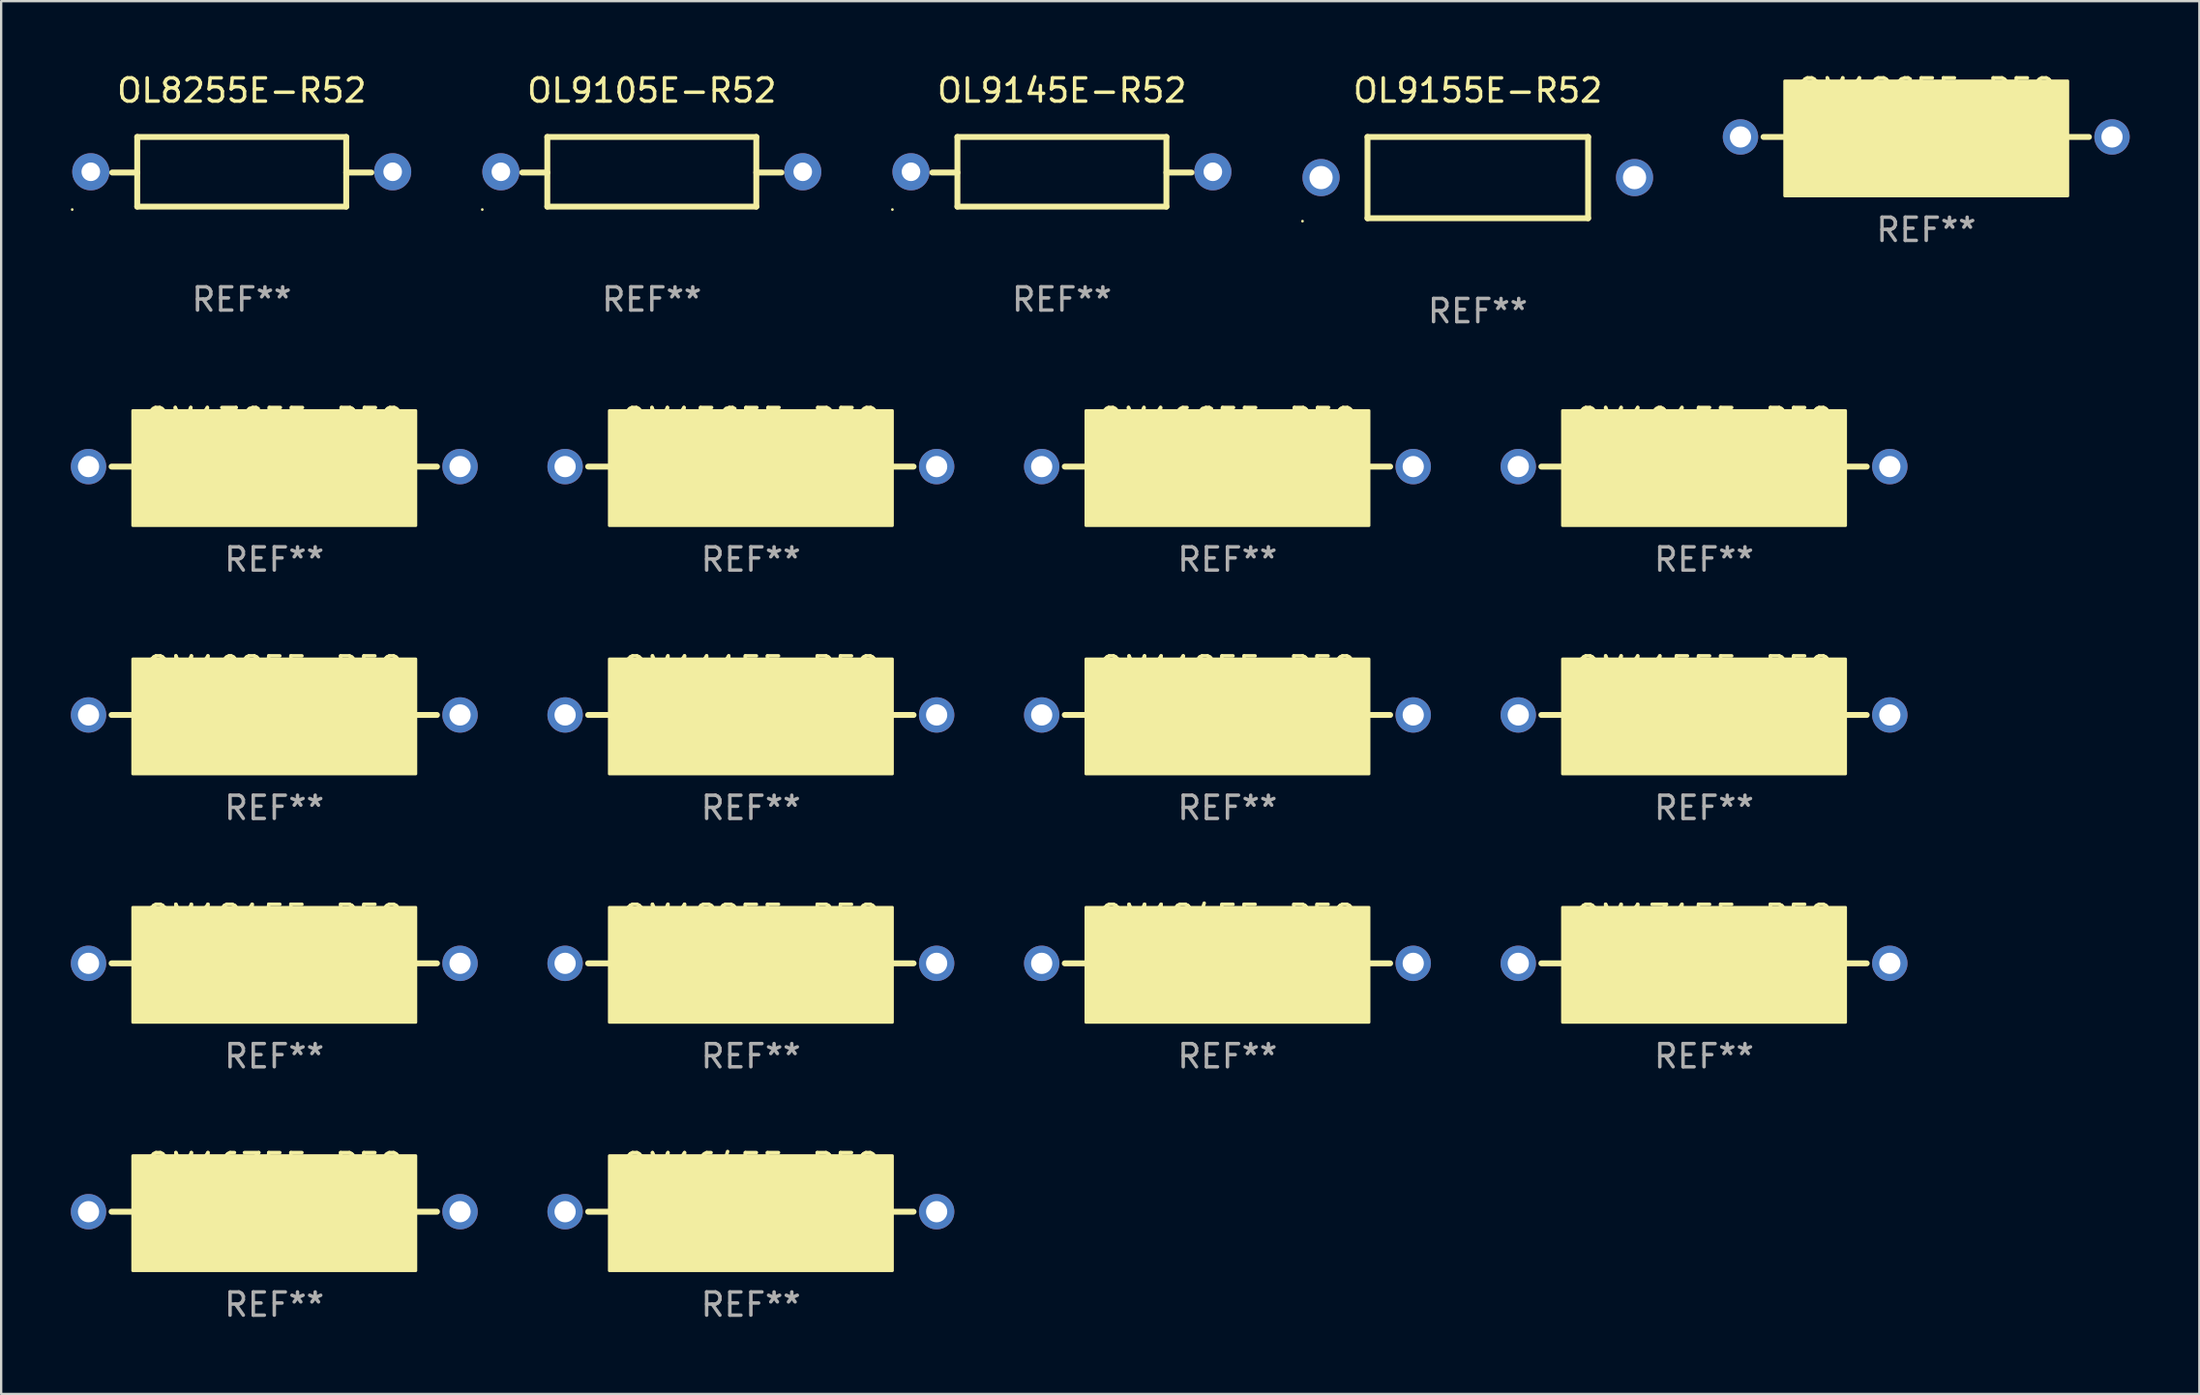
<source format=kicad_pcb>
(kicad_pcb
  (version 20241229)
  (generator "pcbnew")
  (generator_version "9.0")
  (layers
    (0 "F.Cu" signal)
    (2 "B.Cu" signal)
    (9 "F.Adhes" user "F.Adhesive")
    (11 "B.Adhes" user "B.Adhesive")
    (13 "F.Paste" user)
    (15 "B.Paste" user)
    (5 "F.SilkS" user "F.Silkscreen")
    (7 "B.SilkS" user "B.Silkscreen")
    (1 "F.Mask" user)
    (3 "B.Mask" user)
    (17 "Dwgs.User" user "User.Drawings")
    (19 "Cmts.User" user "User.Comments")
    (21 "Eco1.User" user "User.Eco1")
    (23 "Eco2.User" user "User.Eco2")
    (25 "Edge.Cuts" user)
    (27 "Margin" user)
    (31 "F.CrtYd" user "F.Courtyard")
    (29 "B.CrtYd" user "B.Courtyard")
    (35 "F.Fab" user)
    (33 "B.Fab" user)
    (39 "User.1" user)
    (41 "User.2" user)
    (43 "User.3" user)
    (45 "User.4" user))
  (footprint "OL9155E-R52"
    (layer "F.Cu")
    (at 60.591 4.598)
    (property "Reference" "OL9155E-R52" (at 0 -3.75 0) (layer "F.SilkS") (effects (font (size 1 1) (thickness 0.15))))
    (attr through_hole)
    (fp_line (start -4.75 -1.75) (end 4.75 -1.75) (stroke (width 0.254) (type solid)) (layer "F.SilkS"))
    (fp_line (start -4.75 1.75) (end -4.75 -1.75) (stroke (width 0.254) (type solid)) (layer "F.SilkS"))
    (fp_line (start 4.75 1.75) (end -4.75 1.75) (stroke (width 0.254) (type solid)) (layer "F.SilkS"))
    (fp_line (start 4.75 1.75) (end 4.75 -1.75) (stroke (width 0.254) (type solid)) (layer "F.SilkS"))
    (fp_circle (center -7.55 1.877) (end -7.52 1.877) (stroke (width 0.06) (type solid)) (fill no) (layer "F.SilkS"))
    (fp_text user "REF**" (at 0 5.75 0) (layer "F.Fab") (effects (font (size 1 1) (thickness 0.15))))
    (pad "1" thru_hole circle (at -6.75 0) (size 1.6 1.6) (drill 1) (layers "*.Cu" "*.Mask"))
    (pad "2" thru_hole circle (at 6.75 0) (size 1.6 1.6) (drill 1) (layers "*.Cu" "*.Mask")))
  (footprint "OM1635E-R58"
    (layer "F.Cu")
    (at 8.762 49.134)
    (property "Reference" "OM1635E-R58" (at 0 -2 0) (layer "F.SilkS") (effects (font (size 1 1) (thickness 0.15))))
    (attr through_hole)
    (fp_line (start -7.007 0) (end -6.096 0) (stroke (width 0.254) (type solid)) (layer "F.SilkS"))
    (fp_line (start 7.007 0) (end 6.096 0) (stroke (width 0.254) (type solid)) (layer "F.SilkS"))
    (fp_poly (pts (xy -6.096 -2.413) (xy 6.096 -2.413) (xy 6.096 2.54) (xy -6.096 2.54)) (stroke (width 0.12) (type solid)) (fill yes) (layer "F.SilkS"))
    (fp_text user "REF**" (at 0 4 0) (layer "F.Fab") (effects (font (size 1 1) (thickness 0.15))))
    (pad "1" thru_hole circle (at -8 0) (size 1.524 1.524) (drill 0.914) (layers "*.Cu" "*.Mask"))
    (pad "2" thru_hole circle (at 8 0) (size 1.524 1.524) (drill 0.914) (layers "*.Cu" "*.Mask")))
  (footprint "OL9145E-R52"
    (layer "F.Cu")
    (at 42.681 4.348)
    (property "Reference" "OL9145E-R52" (at 0 -3.5 0) (layer "F.SilkS") (effects (font (size 1 1) (thickness 0.15))))
    (attr through_hole)
    (fp_line (start -4.5 -1.5) (end -4.5 1.5) (stroke (width 0.254) (type solid)) (layer "F.SilkS"))
    (fp_line (start -4.5 -1.5) (end 4.5 -1.5) (stroke (width 0.254) (type solid)) (layer "F.SilkS"))
    (fp_line (start -4.5 0.032) (end -5.58 0.032) (stroke (width 0.254) (type solid)) (layer "F.SilkS"))
    (fp_line (start -4.5 1.5) (end 4.5 1.5) (stroke (width 0.254) (type solid)) (layer "F.SilkS"))
    (fp_line (start 4.5 -1.5) (end 4.5 1.5) (stroke (width 0.254) (type solid)) (layer "F.SilkS"))
    (fp_line (start 4.5 0.032) (end 5.58 0.032) (stroke (width 0.254) (type solid)) (layer "F.SilkS"))
    (fp_circle (center -7.3 1.627) (end -7.27 1.627) (stroke (width 0.06) (type solid)) (fill no) (layer "F.SilkS"))
    (fp_text user "REF**" (at 0 5.5 0) (layer "F.Fab") (effects (font (size 1 1) (thickness 0.15))))
    (pad "1" thru_hole circle (at -6.5 0) (size 1.6 1.6) (drill 0.8) (layers "*.Cu" "*.Mask"))
    (pad "2" thru_hole circle (at 6.5 0) (size 1.6 1.6) (drill 0.8) (layers "*.Cu" "*.Mask")))
  (footprint "OM13G5E-R58"
    (layer "F.Cu")
    (at 8.762 17.045)
    (property "Reference" "OM13G5E-R58" (at 0 -2 0) (layer "F.SilkS") (effects (font (size 1 1) (thickness 0.15))))
    (attr through_hole)
    (fp_line (start -7.007 0) (end -6.096 0) (stroke (width 0.254) (type solid)) (layer "F.SilkS"))
    (fp_line (start 7.007 0) (end 6.096 0) (stroke (width 0.254) (type solid)) (layer "F.SilkS"))
    (fp_poly (pts (xy -6.096 -2.413) (xy 6.096 -2.413) (xy 6.096 2.54) (xy -6.096 2.54)) (stroke (width 0.12) (type solid)) (fill yes) (layer "F.SilkS"))
    (fp_text user "REF**" (at 0 4 0) (layer "F.Fab") (effects (font (size 1 1) (thickness 0.15))))
    (pad "1" thru_hole circle (at -8 0) (size 1.524 1.524) (drill 0.914) (layers "*.Cu" "*.Mask"))
    (pad "2" thru_hole circle (at 8 0) (size 1.524 1.524) (drill 0.914) (layers "*.Cu" "*.Mask")))
  (footprint "OL8255E-R52"
    (layer "F.Cu")
    (at 7.36 4.348)
    (property "Reference" "OL8255E-R52" (at 0 -3.5 0) (layer "F.SilkS") (effects (font (size 1 1) (thickness 0.15))))
    (attr through_hole)
    (fp_line (start -4.5 -1.5) (end -4.5 1.5) (stroke (width 0.254) (type solid)) (layer "F.SilkS"))
    (fp_line (start -4.5 -1.5) (end 4.5 -1.5) (stroke (width 0.254) (type solid)) (layer "F.SilkS"))
    (fp_line (start -4.5 0.032) (end -5.58 0.032) (stroke (width 0.254) (type solid)) (layer "F.SilkS"))
    (fp_line (start -4.5 1.5) (end 4.5 1.5) (stroke (width 0.254) (type solid)) (layer "F.SilkS"))
    (fp_line (start 4.5 -1.5) (end 4.5 1.5) (stroke (width 0.254) (type solid)) (layer "F.SilkS"))
    (fp_line (start 4.5 0.032) (end 5.58 0.032) (stroke (width 0.254) (type solid)) (layer "F.SilkS"))
    (fp_circle (center -7.3 1.627) (end -7.27 1.627) (stroke (width 0.06) (type solid)) (fill no) (layer "F.SilkS"))
    (fp_text user "REF**" (at 0 5.5 0) (layer "F.Fab") (effects (font (size 1 1) (thickness 0.15))))
    (pad "1" thru_hole circle (at -6.5 0) (size 1.6 1.6) (drill 0.8) (layers "*.Cu" "*.Mask"))
    (pad "2" thru_hole circle (at 6.5 0) (size 1.6 1.6) (drill 0.8) (layers "*.Cu" "*.Mask")))
  (footprint "OM1025E-R58"
    (layer "F.Cu")
    (at 8.762 27.741)
    (property "Reference" "OM1025E-R58" (at 0 -2 0) (layer "F.SilkS") (effects (font (size 1 1) (thickness 0.15))))
    (attr through_hole)
    (fp_line (start -7.007 0) (end -6.096 0) (stroke (width 0.254) (type solid)) (layer "F.SilkS"))
    (fp_line (start 7.007 0) (end 6.096 0) (stroke (width 0.254) (type solid)) (layer "F.SilkS"))
    (fp_poly (pts (xy -6.096 -2.413) (xy 6.096 -2.413) (xy 6.096 2.54) (xy -6.096 2.54)) (stroke (width 0.12) (type solid)) (fill yes) (layer "F.SilkS"))
    (fp_text user "REF**" (at 0 4 0) (layer "F.Fab") (effects (font (size 1 1) (thickness 0.15))))
    (pad "1" thru_hole circle (at -8 0) (size 1.524 1.524) (drill 0.914) (layers "*.Cu" "*.Mask"))
    (pad "2" thru_hole circle (at 8 0) (size 1.524 1.524) (drill 0.914) (layers "*.Cu" "*.Mask")))
  (footprint "OM1215E-R58"
    (layer "F.Cu")
    (at 8.762 38.438)
    (property "Reference" "OM1215E-R58" (at 0 -2 0) (layer "F.SilkS") (effects (font (size 1 1) (thickness 0.15))))
    (attr through_hole)
    (fp_line (start -7.007 0) (end -6.096 0) (stroke (width 0.254) (type solid)) (layer "F.SilkS"))
    (fp_line (start 7.007 0) (end 6.096 0) (stroke (width 0.254) (type solid)) (layer "F.SilkS"))
    (fp_poly (pts (xy -6.096 -2.413) (xy 6.096 -2.413) (xy 6.096 2.54) (xy -6.096 2.54)) (stroke (width 0.12) (type solid)) (fill yes) (layer "F.SilkS"))
    (fp_text user "REF**" (at 0 4 0) (layer "F.Fab") (effects (font (size 1 1) (thickness 0.15))))
    (pad "1" thru_hole circle (at -8 0) (size 1.524 1.524) (drill 0.914) (layers "*.Cu" "*.Mask"))
    (pad "2" thru_hole circle (at 8 0) (size 1.524 1.524) (drill 0.914) (layers "*.Cu" "*.Mask")))
  (footprint "OM1015E-R58"
    (layer "F.Cu")
    (at 70.334 17.045)
    (property "Reference" "OM1015E-R58" (at 0 -2 0) (layer "F.SilkS") (effects (font (size 1 1) (thickness 0.15))))
    (attr through_hole)
    (fp_line (start -7.007 0) (end -6.096 0) (stroke (width 0.254) (type solid)) (layer "F.SilkS"))
    (fp_line (start 7.007 0) (end 6.096 0) (stroke (width 0.254) (type solid)) (layer "F.SilkS"))
    (fp_poly (pts (xy -6.096 -2.413) (xy 6.096 -2.413) (xy 6.096 2.54) (xy -6.096 2.54)) (stroke (width 0.12) (type solid)) (fill yes) (layer "F.SilkS"))
    (fp_text user "REF**" (at 0 4 0) (layer "F.Fab") (effects (font (size 1 1) (thickness 0.15))))
    (pad "1" thru_hole circle (at -8 0) (size 1.524 1.524) (drill 0.914) (layers "*.Cu" "*.Mask"))
    (pad "2" thru_hole circle (at 8 0) (size 1.524 1.524) (drill 0.914) (layers "*.Cu" "*.Mask")))
  (footprint "OM16G5E-R58"
    (layer "F.Cu")
    (at 49.81 17.045)
    (property "Reference" "OM16G5E-R58" (at 0 -2 0) (layer "F.SilkS") (effects (font (size 1 1) (thickness 0.15))))
    (attr through_hole)
    (fp_line (start -7.007 0) (end -6.096 0) (stroke (width 0.254) (type solid)) (layer "F.SilkS"))
    (fp_line (start 7.007 0) (end 6.096 0) (stroke (width 0.254) (type solid)) (layer "F.SilkS"))
    (fp_poly (pts (xy -6.096 -2.413) (xy 6.096 -2.413) (xy 6.096 2.54) (xy -6.096 2.54)) (stroke (width 0.12) (type solid)) (fill yes) (layer "F.SilkS"))
    (fp_text user "REF**" (at 0 4 0) (layer "F.Fab") (effects (font (size 1 1) (thickness 0.15))))
    (pad "1" thru_hole circle (at -8 0) (size 1.524 1.524) (drill 0.914) (layers "*.Cu" "*.Mask"))
    (pad "2" thru_hole circle (at 8 0) (size 1.524 1.524) (drill 0.914) (layers "*.Cu" "*.Mask")))
  (footprint "OM1115E-R58"
    (layer "F.Cu")
    (at 29.286 27.741)
    (property "Reference" "OM1115E-R58" (at 0 -2 0) (layer "F.SilkS") (effects (font (size 1 1) (thickness 0.15))))
    (attr through_hole)
    (fp_line (start -7.007 0) (end -6.096 0) (stroke (width 0.254) (type solid)) (layer "F.SilkS"))
    (fp_line (start 7.007 0) (end 6.096 0) (stroke (width 0.254) (type solid)) (layer "F.SilkS"))
    (fp_poly (pts (xy -6.096 -2.413) (xy 6.096 -2.413) (xy 6.096 2.54) (xy -6.096 2.54)) (stroke (width 0.12) (type solid)) (fill yes) (layer "F.SilkS"))
    (fp_text user "REF**" (at 0 4 0) (layer "F.Fab") (effects (font (size 1 1) (thickness 0.15))))
    (pad "1" thru_hole circle (at -8 0) (size 1.524 1.524) (drill 0.914) (layers "*.Cu" "*.Mask"))
    (pad "2" thru_hole circle (at 8 0) (size 1.524 1.524) (drill 0.914) (layers "*.Cu" "*.Mask")))
  (footprint "OL9105E-R52"
    (layer "F.Cu")
    (at 25.02 4.348)
    (property "Reference" "OL9105E-R52" (at 0 -3.5 0) (layer "F.SilkS") (effects (font (size 1 1) (thickness 0.15))))
    (attr through_hole)
    (fp_line (start -4.5 -1.5) (end -4.5 1.5) (stroke (width 0.254) (type solid)) (layer "F.SilkS"))
    (fp_line (start -4.5 -1.5) (end 4.5 -1.5) (stroke (width 0.254) (type solid)) (layer "F.SilkS"))
    (fp_line (start -4.5 0.032) (end -5.58 0.032) (stroke (width 0.254) (type solid)) (layer "F.SilkS"))
    (fp_line (start -4.5 1.5) (end 4.5 1.5) (stroke (width 0.254) (type solid)) (layer "F.SilkS"))
    (fp_line (start 4.5 -1.5) (end 4.5 1.5) (stroke (width 0.254) (type solid)) (layer "F.SilkS"))
    (fp_line (start 4.5 0.032) (end 5.58 0.032) (stroke (width 0.254) (type solid)) (layer "F.SilkS"))
    (fp_circle (center -7.3 1.627) (end -7.27 1.627) (stroke (width 0.06) (type solid)) (fill no) (layer "F.SilkS"))
    (fp_text user "REF**" (at 0 5.5 0) (layer "F.Fab") (effects (font (size 1 1) (thickness 0.15))))
    (pad "1" thru_hole circle (at -6.5 0) (size 1.6 1.6) (drill 0.8) (layers "*.Cu" "*.Mask"))
    (pad "2" thru_hole circle (at 6.5 0) (size 1.6 1.6) (drill 0.8) (layers "*.Cu" "*.Mask")))
  (footprint "OM15G5E-R58"
    (layer "F.Cu")
    (at 29.286 17.045)
    (property "Reference" "OM15G5E-R58" (at 0 -2 0) (layer "F.SilkS") (effects (font (size 1 1) (thickness 0.15))))
    (attr through_hole)
    (fp_line (start -7.007 0) (end -6.096 0) (stroke (width 0.254) (type solid)) (layer "F.SilkS"))
    (fp_line (start 7.007 0) (end 6.096 0) (stroke (width 0.254) (type solid)) (layer "F.SilkS"))
    (fp_poly (pts (xy -6.096 -2.413) (xy 6.096 -2.413) (xy 6.096 2.54) (xy -6.096 2.54)) (stroke (width 0.12) (type solid)) (fill yes) (layer "F.SilkS"))
    (fp_text user "REF**" (at 0 4 0) (layer "F.Fab") (effects (font (size 1 1) (thickness 0.15))))
    (pad "1" thru_hole circle (at -8 0) (size 1.524 1.524) (drill 0.914) (layers "*.Cu" "*.Mask"))
    (pad "2" thru_hole circle (at 8 0) (size 1.524 1.524) (drill 0.914) (layers "*.Cu" "*.Mask")))
  (footprint "OM1225E-R58"
    (layer "F.Cu")
    (at 29.286 38.438)
    (property "Reference" "OM1225E-R58" (at 0 -2 0) (layer "F.SilkS") (effects (font (size 1 1) (thickness 0.15))))
    (attr through_hole)
    (fp_line (start -7.007 0) (end -6.096 0) (stroke (width 0.254) (type solid)) (layer "F.SilkS"))
    (fp_line (start 7.007 0) (end 6.096 0) (stroke (width 0.254) (type solid)) (layer "F.SilkS"))
    (fp_poly (pts (xy -6.096 -2.413) (xy 6.096 -2.413) (xy 6.096 2.54) (xy -6.096 2.54)) (stroke (width 0.12) (type solid)) (fill yes) (layer "F.SilkS"))
    (fp_text user "REF**" (at 0 4 0) (layer "F.Fab") (effects (font (size 1 1) (thickness 0.15))))
    (pad "1" thru_hole circle (at -8 0) (size 1.524 1.524) (drill 0.914) (layers "*.Cu" "*.Mask"))
    (pad "2" thru_hole circle (at 8 0) (size 1.524 1.524) (drill 0.914) (layers "*.Cu" "*.Mask")))
  (footprint "OM1315E-R58"
    (layer "F.Cu")
    (at 70.334 38.438)
    (property "Reference" "OM1315E-R58" (at 0 -2 0) (layer "F.SilkS") (effects (font (size 1 1) (thickness 0.15))))
    (attr through_hole)
    (fp_line (start -7.007 0) (end -6.096 0) (stroke (width 0.254) (type solid)) (layer "F.SilkS"))
    (fp_line (start 7.007 0) (end 6.096 0) (stroke (width 0.254) (type solid)) (layer "F.SilkS"))
    (fp_poly (pts (xy -6.096 -2.413) (xy 6.096 -2.413) (xy 6.096 2.54) (xy -6.096 2.54)) (stroke (width 0.12) (type solid)) (fill yes) (layer "F.SilkS"))
    (fp_text user "REF**" (at 0 4 0) (layer "F.Fab") (effects (font (size 1 1) (thickness 0.15))))
    (pad "1" thru_hole circle (at -8 0) (size 1.524 1.524) (drill 0.914) (layers "*.Cu" "*.Mask"))
    (pad "2" thru_hole circle (at 8 0) (size 1.524 1.524) (drill 0.914) (layers "*.Cu" "*.Mask")))
  (footprint "OM1155E-R58"
    (layer "F.Cu")
    (at 70.334 27.741)
    (property "Reference" "OM1155E-R58" (at 0 -2 0) (layer "F.SilkS") (effects (font (size 1 1) (thickness 0.15))))
    (attr through_hole)
    (fp_line (start -7.007 0) (end -6.096 0) (stroke (width 0.254) (type solid)) (layer "F.SilkS"))
    (fp_line (start 7.007 0) (end 6.096 0) (stroke (width 0.254) (type solid)) (layer "F.SilkS"))
    (fp_poly (pts (xy -6.096 -2.413) (xy 6.096 -2.413) (xy 6.096 2.54) (xy -6.096 2.54)) (stroke (width 0.12) (type solid)) (fill yes) (layer "F.SilkS"))
    (fp_text user "REF**" (at 0 4 0) (layer "F.Fab") (effects (font (size 1 1) (thickness 0.15))))
    (pad "1" thru_hole circle (at -8 0) (size 1.524 1.524) (drill 0.914) (layers "*.Cu" "*.Mask"))
    (pad "2" thru_hole circle (at 8 0) (size 1.524 1.524) (drill 0.914) (layers "*.Cu" "*.Mask")))
  (footprint "OM12G5E-R58"
    (layer "F.Cu")
    (at 79.903 2.848)
    (property "Reference" "OM12G5E-R58" (at 0 -2 0) (layer "F.SilkS") (effects (font (size 1 1) (thickness 0.15))))
    (attr through_hole)
    (fp_line (start -7.007 0) (end -6.096 0) (stroke (width 0.254) (type solid)) (layer "F.SilkS"))
    (fp_line (start 7.007 0) (end 6.096 0) (stroke (width 0.254) (type solid)) (layer "F.SilkS"))
    (fp_poly (pts (xy -6.096 -2.413) (xy 6.096 -2.413) (xy 6.096 2.54) (xy -6.096 2.54)) (stroke (width 0.12) (type solid)) (fill yes) (layer "F.SilkS"))
    (fp_text user "REF**" (at 0 4 0) (layer "F.Fab") (effects (font (size 1 1) (thickness 0.15))))
    (pad "1" thru_hole circle (at -8 0) (size 1.524 1.524) (drill 0.914) (layers "*.Cu" "*.Mask"))
    (pad "2" thru_hole circle (at 8 0) (size 1.524 1.524) (drill 0.914) (layers "*.Cu" "*.Mask")))
  (footprint "OM1645E-R58"
    (layer "F.Cu")
    (at 29.286 49.134)
    (property "Reference" "OM1645E-R58" (at 0 -2 0) (layer "F.SilkS") (effects (font (size 1 1) (thickness 0.15))))
    (attr through_hole)
    (fp_line (start -7.007 0) (end -6.096 0) (stroke (width 0.254) (type solid)) (layer "F.SilkS"))
    (fp_line (start 7.007 0) (end 6.096 0) (stroke (width 0.254) (type solid)) (layer "F.SilkS"))
    (fp_poly (pts (xy -6.096 -2.413) (xy 6.096 -2.413) (xy 6.096 2.54) (xy -6.096 2.54)) (stroke (width 0.12) (type solid)) (fill yes) (layer "F.SilkS"))
    (fp_text user "REF**" (at 0 4 0) (layer "F.Fab") (effects (font (size 1 1) (thickness 0.15))))
    (pad "1" thru_hole circle (at -8 0) (size 1.524 1.524) (drill 0.914) (layers "*.Cu" "*.Mask"))
    (pad "2" thru_hole circle (at 8 0) (size 1.524 1.524) (drill 0.914) (layers "*.Cu" "*.Mask")))
  (footprint "OM1125E-R58"
    (layer "F.Cu")
    (at 49.81 27.741)
    (property "Reference" "OM1125E-R58" (at 0 -2 0) (layer "F.SilkS") (effects (font (size 1 1) (thickness 0.15))))
    (attr through_hole)
    (fp_line (start -7.007 0) (end -6.096 0) (stroke (width 0.254) (type solid)) (layer "F.SilkS"))
    (fp_line (start 7.007 0) (end 6.096 0) (stroke (width 0.254) (type solid)) (layer "F.SilkS"))
    (fp_poly (pts (xy -6.096 -2.413) (xy 6.096 -2.413) (xy 6.096 2.54) (xy -6.096 2.54)) (stroke (width 0.12) (type solid)) (fill yes) (layer "F.SilkS"))
    (fp_text user "REF**" (at 0 4 0) (layer "F.Fab") (effects (font (size 1 1) (thickness 0.15))))
    (pad "1" thru_hole circle (at -8 0) (size 1.524 1.524) (drill 0.914) (layers "*.Cu" "*.Mask"))
    (pad "2" thru_hole circle (at 8 0) (size 1.524 1.524) (drill 0.914) (layers "*.Cu" "*.Mask")))
  (footprint "OM1245E-R58"
    (layer "F.Cu")
    (at 49.81 38.438)
    (property "Reference" "OM1245E-R58" (at 0 -2 0) (layer "F.SilkS") (effects (font (size 1 1) (thickness 0.15))))
    (attr through_hole)
    (fp_line (start -7.007 0) (end -6.096 0) (stroke (width 0.254) (type solid)) (layer "F.SilkS"))
    (fp_line (start 7.007 0) (end 6.096 0) (stroke (width 0.254) (type solid)) (layer "F.SilkS"))
    (fp_poly (pts (xy -6.096 -2.413) (xy 6.096 -2.413) (xy 6.096 2.54) (xy -6.096 2.54)) (stroke (width 0.12) (type solid)) (fill yes) (layer "F.SilkS"))
    (fp_text user "REF**" (at 0 4 0) (layer "F.Fab") (effects (font (size 1 1) (thickness 0.15))))
    (pad "1" thru_hole circle (at -8 0) (size 1.524 1.524) (drill 0.914) (layers "*.Cu" "*.Mask"))
    (pad "2" thru_hole circle (at 8 0) (size 1.524 1.524) (drill 0.914) (layers "*.Cu" "*.Mask")))
  (gr_rect
    (start -3 -3)
    (end 91.665 56.983)
    (stroke (width 0.1) (type default))
    (fill no)
    (layer "Edge.Cuts")))
</source>
